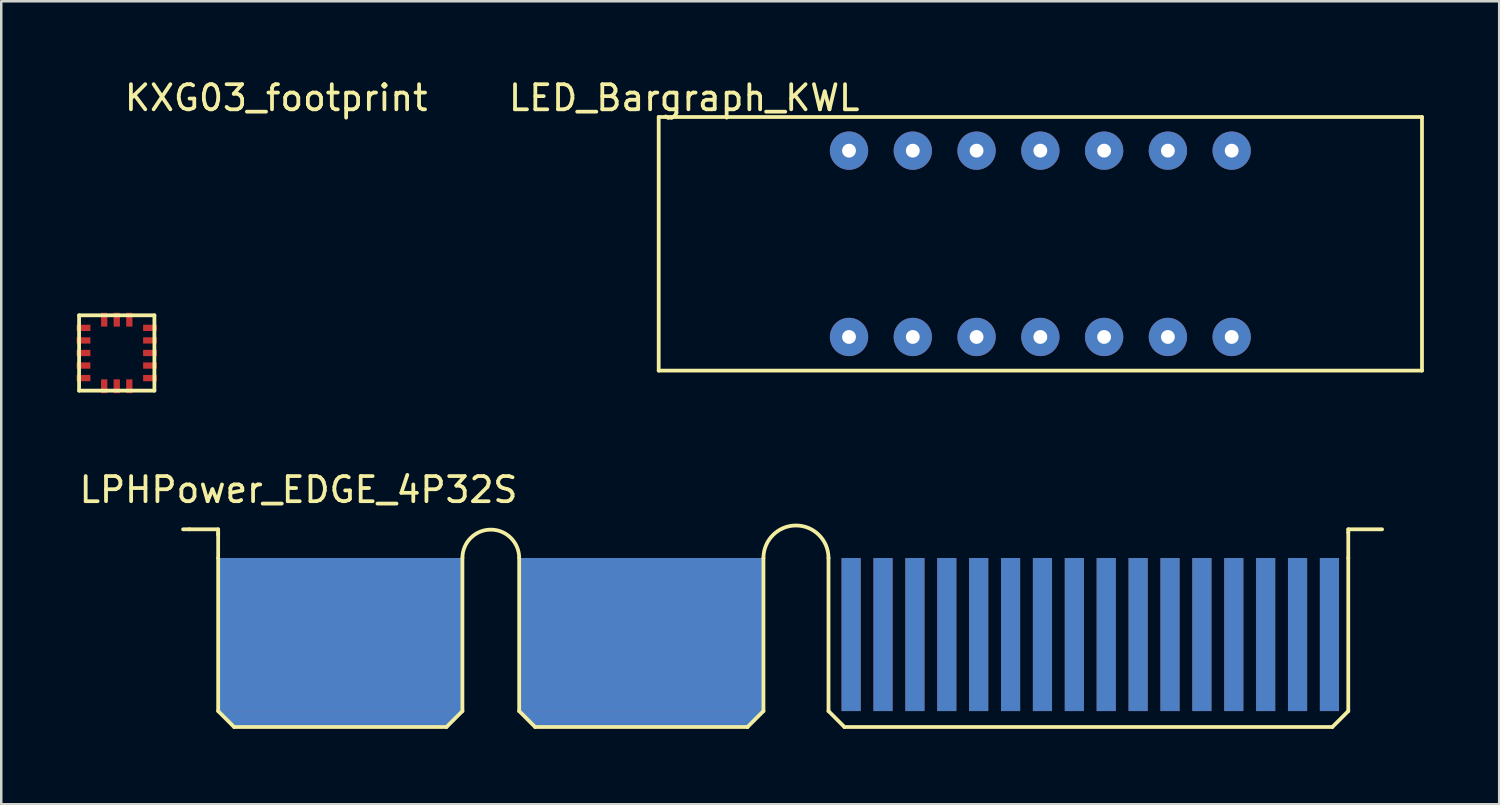
<source format=kicad_pcb>
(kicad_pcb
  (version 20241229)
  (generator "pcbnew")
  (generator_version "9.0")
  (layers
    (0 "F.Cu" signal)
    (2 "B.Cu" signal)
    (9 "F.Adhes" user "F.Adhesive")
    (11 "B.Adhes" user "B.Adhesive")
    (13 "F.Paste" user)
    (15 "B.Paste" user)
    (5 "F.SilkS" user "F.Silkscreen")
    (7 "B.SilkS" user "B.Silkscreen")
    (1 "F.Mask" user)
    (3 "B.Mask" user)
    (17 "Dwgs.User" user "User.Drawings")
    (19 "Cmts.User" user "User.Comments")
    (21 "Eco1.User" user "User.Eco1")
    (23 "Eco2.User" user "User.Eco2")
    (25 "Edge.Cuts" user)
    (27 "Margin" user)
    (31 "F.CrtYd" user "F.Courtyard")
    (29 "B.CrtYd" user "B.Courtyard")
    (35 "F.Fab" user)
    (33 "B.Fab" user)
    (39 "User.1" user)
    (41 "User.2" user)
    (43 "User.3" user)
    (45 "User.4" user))
  (footprint "LED_Bargraph_KWL"
    (layer "F.Cu")
    (at 23.184 1.61)
    (property "Reference" "LED_Bargraph_KWL" (at 1.016 -0.762 0) (layer "F.SilkS") (effects (font (size 1 1) (thickness 0.15))))
    (attr through_hole)
    (fp_line (start 0 0) (end 0 10.1) (stroke (width 0.15) (type solid)) (layer "F.SilkS"))
    (fp_line (start 0 0) (end 30.4 0) (stroke (width 0.15) (type solid)) (layer "F.SilkS"))
    (fp_line (start 0 10.1) (end 30.4 10.1) (stroke (width 0.15) (type solid)) (layer "F.SilkS"))
    (fp_line (start 30.4 0) (end 30.4 10.1) (stroke (width 0.15) (type solid)) (layer "F.SilkS"))
    (pad "1" thru_hole circle (at 7.58 8.76) (size 1.524 1.524) (drill 0.55) (layers "*.Cu" "*.Mask"))
    (pad "2" thru_hole circle (at 10.12 8.76) (size 1.524 1.524) (drill 0.55) (layers "*.Cu" "*.Mask"))
    (pad "3" thru_hole circle (at 12.66 8.76) (size 1.524 1.524) (drill 0.55) (layers "*.Cu" "*.Mask"))
    (pad "4" thru_hole circle (at 15.2 8.76) (size 1.524 1.524) (drill 0.55) (layers "*.Cu" "*.Mask"))
    (pad "5" thru_hole circle (at 17.74 8.76) (size 1.524 1.524) (drill 0.55) (layers "*.Cu" "*.Mask"))
    (pad "6" thru_hole circle (at 20.28 8.76) (size 1.524 1.524) (drill 0.55) (layers "*.Cu" "*.Mask"))
    (pad "7" thru_hole circle (at 22.82 8.76) (size 1.524 1.524) (drill 0.55) (layers "*.Cu" "*.Mask"))
    (pad "8" thru_hole circle (at 22.82 1.34) (size 1.524 1.524) (drill 0.55) (layers "*.Cu" "*.Mask"))
    (pad "9" thru_hole circle (at 20.28 1.34) (size 1.524 1.524) (drill 0.55) (layers "*.Cu" "*.Mask"))
    (pad "10" thru_hole circle (at 17.74 1.34) (size 1.524 1.524) (drill 0.55) (layers "*.Cu" "*.Mask"))
    (pad "11" thru_hole circle (at 15.2 1.34) (size 1.524 1.524) (drill 0.55) (layers "*.Cu" "*.Mask"))
    (pad "12" thru_hole circle (at 12.66 1.34) (size 1.524 1.524) (drill 0.55) (layers "*.Cu" "*.Mask"))
    (pad "13" thru_hole circle (at 10.12 1.34) (size 1.524 1.524) (drill 0.55) (layers "*.Cu" "*.Mask"))
    (pad "14" thru_hole circle (at 7.58 1.34) (size 1.524 1.524) (drill 0.55) (layers "*.Cu" "*.Mask")))
  (footprint "KXG03_footprint"
    (layer "F.Cu")
    (at 1.6 11.008)
    (property "Reference" "KXG03_footprint" (at 6.35 -10.16 0) (layer "F.SilkS") (effects (font (size 1 1) (thickness 0.15))))
    (attr through_hole)
    (fp_line (start -1.5 -1.5) (end -1.5 1.5) (stroke (width 0.15) (type solid)) (layer "F.SilkS"))
    (fp_line (start -1.5 1.5) (end 1.5 1.5) (stroke (width 0.15) (type solid)) (layer "F.SilkS"))
    (fp_line (start 1.5 -1.5) (end -1.5 -1.5) (stroke (width 0.15) (type solid)) (layer "F.SilkS"))
    (fp_line (start 1.5 1.5) (end 1.5 -1.5) (stroke (width 0.15) (type solid)) (layer "F.SilkS"))
    (pad "1" smd rect (at 1.325 -1) (size 0.55 0.25) (layers "F.Cu" "F.Mask" "F.Paste"))
    (pad "2" smd rect (at 1.325 -0.5) (size 0.55 0.25) (layers "F.Cu" "F.Mask" "F.Paste"))
    (pad "3" smd rect (at 1.325 0) (size 0.55 0.25) (layers "F.Cu" "F.Mask" "F.Paste"))
    (pad "4" smd rect (at 1.325 0.5) (size 0.55 0.25) (layers "F.Cu" "F.Mask" "F.Paste"))
    (pad "5" smd rect (at 1.325 1) (size 0.55 0.25) (layers "F.Cu" "F.Mask" "F.Paste"))
    (pad "6" smd rect (at 0.5 1.325) (size 0.25 0.55) (layers "F.Cu" "F.Mask" "F.Paste"))
    (pad "7" smd rect (at 0 1.325) (size 0.25 0.55) (layers "F.Cu" "F.Mask" "F.Paste"))
    (pad "8" smd rect (at -0.5 1.325) (size 0.25 0.55) (layers "F.Cu" "F.Mask" "F.Paste"))
    (pad "9" smd rect (at -1.325 1) (size 0.55 0.25) (layers "F.Cu" "F.Mask" "F.Paste"))
    (pad "10" smd rect (at -1.325 0.5) (size 0.55 0.25) (layers "F.Cu" "F.Mask" "F.Paste"))
    (pad "11" smd rect (at -1.325 0) (size 0.55 0.25) (layers "F.Cu" "F.Mask" "F.Paste"))
    (pad "12" smd rect (at -1.325 -0.5) (size 0.55 0.25) (layers "F.Cu" "F.Mask" "F.Paste"))
    (pad "13" smd rect (at -1.325 -1) (size 0.55 0.25) (layers "F.Cu" "F.Mask" "F.Paste"))
    (pad "14" smd rect (at -0.5 -1.325) (size 0.25 0.55) (layers "F.Cu" "F.Mask" "F.Paste"))
    (pad "15" smd rect (at 0 -1.325) (size 0.25 0.55) (layers "F.Cu" "F.Mask" "F.Paste"))
    (pad "16" smd rect (at 0.5 -1.325) (size 0.25 0.55) (layers "F.Cu" "F.Mask" "F.Paste")))
  (footprint "LPHPower_EDGE_4P32S"
    (layer "F.Cu")
    (at 27.356 19.174)
    (property "Reference" "LPHPower_EDGE_4P32S" (at -18.517 -2.718 0) (layer "F.SilkS") (effects (font (size 1 1) (thickness 0.15))))
    (attr through_hole)
    (fp_line (start -22.86 -1.143) (end -23.114 -1.143) (stroke (width 0.15) (type solid)) (layer "F.SilkS"))
    (fp_line (start -21.717 -1.143) (end -22.86 -1.143) (stroke (width 0.15) (type solid)) (layer "F.SilkS"))
    (fp_line (start -21.717 -1.143) (end -21.717 -0.914) (stroke (width 0.15) (type solid)) (layer "F.SilkS"))
    (fp_line (start -21.717 0) (end -21.717 -1.016) (stroke (width 0.15) (type solid)) (layer "F.SilkS"))
    (fp_line (start -21.717 6.096) (end -21.717 0) (stroke (width 0.15) (type solid)) (layer "F.SilkS"))
    (fp_line (start -21.082 6.731) (end -21.717 6.096) (stroke (width 0.15) (type solid)) (layer "F.SilkS"))
    (fp_line (start -12.624 6.731) (end -21.082 6.731) (stroke (width 0.15) (type solid)) (layer "F.SilkS"))
    (fp_line (start -11.989 0) (end -11.989 6.096) (stroke (width 0.15) (type solid)) (layer "F.SilkS"))
    (fp_line (start -11.989 6.096) (end -12.624 6.731) (stroke (width 0.15) (type solid)) (layer "F.SilkS"))
    (fp_line (start -9.728 6.096) (end -9.728 0) (stroke (width 0.15) (type solid)) (layer "F.SilkS"))
    (fp_line (start -9.093 6.731) (end -9.728 6.096) (stroke (width 0.15) (type solid)) (layer "F.SilkS"))
    (fp_line (start -0.635 6.731) (end -9.093 6.731) (stroke (width 0.15) (type solid)) (layer "F.SilkS"))
    (fp_line (start 0 0) (end 0 6.096) (stroke (width 0.15) (type solid)) (layer "F.SilkS"))
    (fp_line (start 0 6.096) (end -0.635 6.731) (stroke (width 0.15) (type solid)) (layer "F.SilkS"))
    (fp_line (start 2.591 0) (end 2.591 6.096) (stroke (width 0.15) (type solid)) (layer "F.SilkS"))
    (fp_line (start 2.591 6.096) (end 3.226 6.731) (stroke (width 0.15) (type solid)) (layer "F.SilkS"))
    (fp_line (start 22.657 6.731) (end 3.226 6.731) (stroke (width 0.15) (type solid)) (layer "F.SilkS"))
    (fp_line (start 23.292 -1.143) (end 23.292 -1.016) (stroke (width 0.15) (type solid)) (layer "F.SilkS"))
    (fp_line (start 23.292 -1.143) (end 24.638 -1.143) (stroke (width 0.15) (type solid)) (layer "F.SilkS"))
    (fp_line (start 23.292 0) (end 23.292 -1.016) (stroke (width 0.15) (type solid)) (layer "F.SilkS"))
    (fp_line (start 23.292 0) (end 23.292 6.096) (stroke (width 0.15) (type solid)) (layer "F.SilkS"))
    (fp_line (start 23.292 6.096) (end 22.657 6.731) (stroke (width 0.15) (type solid)) (layer "F.SilkS"))
    (fp_arc (start -11.9888 0) (mid -10.8585 -1.1303) (end -9.7282 0) (stroke (width 0.15) (type solid)) (layer "F.SilkS"))
    (fp_arc (start 0 0) (mid 1.2954 -1.2954) (end 2.5908 0) (stroke (width 0.15) (type solid)) (layer "F.SilkS"))
    (pad "1" smd rect (at 22.542 3.048) (size 0.762 6.096) (layers "B.Cu" "B.Mask"))
    (pad "2" smd rect (at 21.272 3.048) (size 0.762 6.096) (layers "B.Cu" "B.Mask"))
    (pad "3" smd rect (at 20.002 3.048) (size 0.762 6.096) (layers "B.Cu" "B.Mask"))
    (pad "4" smd rect (at 18.732 3.048) (size 0.762 6.096) (layers "B.Cu" "B.Mask"))
    (pad "5" smd rect (at 17.462 3.048) (size 0.762 6.096) (layers "B.Cu" "B.Mask"))
    (pad "6" smd rect (at 16.192 3.048) (size 0.762 6.096) (layers "B.Cu" "B.Mask"))
    (pad "7" smd rect (at 14.922 3.048) (size 0.762 6.096) (layers "B.Cu" "B.Mask"))
    (pad "8" smd rect (at 13.652 3.048) (size 0.762 6.096) (layers "B.Cu" "B.Mask"))
    (pad "9" smd rect (at 12.382 3.048) (size 0.762 6.096) (layers "B.Cu" "B.Mask"))
    (pad "10" smd rect (at 11.112 3.048) (size 0.762 6.096) (layers "B.Cu" "B.Mask"))
    (pad "11" smd rect (at 9.842 3.048) (size 0.762 6.096) (layers "B.Cu" "B.Mask"))
    (pad "12" smd rect (at 8.572 3.048) (size 0.762 6.096) (layers "B.Cu" "B.Mask"))
    (pad "13" smd rect (at 7.302 3.048) (size 0.762 6.096) (layers "B.Cu" "B.Mask"))
    (pad "14" smd rect (at 6.032 3.048) (size 0.762 6.096) (layers "B.Cu" "B.Mask"))
    (pad "15" smd rect (at 4.762 3.048) (size 0.762 6.096) (layers "B.Cu" "B.Mask"))
    (pad "16" smd rect (at 3.492 3.048) (size 0.762 6.096) (layers "B.Cu" "B.Mask"))
    (pad "17" smd rect (at 22.542 3.048) (size 0.762 6.096) (layers "F.Cu" "F.Mask"))
    (pad "18" smd rect (at 21.272 3.048) (size 0.762 6.096) (layers "F.Cu" "F.Mask"))
    (pad "19" smd rect (at 20.002 3.048) (size 0.762 6.096) (layers "F.Cu" "F.Mask"))
    (pad "20" smd rect (at 18.732 3.048) (size 0.762 6.096) (layers "F.Cu" "F.Mask"))
    (pad "21" smd rect (at 17.462 3.048) (size 0.762 6.096) (layers "F.Cu" "F.Mask"))
    (pad "22" smd rect (at 16.192 3.048) (size 0.762 6.096) (layers "F.Cu" "F.Mask"))
    (pad "23" smd rect (at 14.922 3.048) (size 0.762 6.096) (layers "F.Cu" "F.Mask"))
    (pad "24" smd rect (at 13.652 3.048) (size 0.762 6.096) (layers "F.Cu" "F.Mask"))
    (pad "25" smd rect (at 12.382 3.048) (size 0.762 6.096) (layers "F.Cu" "F.Mask"))
    (pad "26" smd rect (at 11.112 3.048) (size 0.762 6.096) (layers "F.Cu" "F.Mask"))
    (pad "27" smd rect (at 9.842 3.048) (size 0.762 6.096) (layers "F.Cu" "F.Mask"))
    (pad "28" smd rect (at 8.572 3.048) (size 0.762 6.096) (layers "F.Cu" "F.Mask"))
    (pad "29" smd rect (at 7.302 3.048) (size 0.762 6.096) (layers "F.Cu" "F.Mask"))
    (pad "30" smd rect (at 6.032 3.048) (size 0.762 6.096) (layers "F.Cu" "F.Mask"))
    (pad "31" smd rect (at 4.762 3.048) (size 0.762 6.096) (layers "F.Cu" "F.Mask"))
    (pad "32" smd rect (at 3.492 3.048) (size 0.762 6.096) (layers "F.Cu" "F.Mask"))
    (pad "33" connect rect (at -4.864 3.048) (size 9.728 6.096) (layers "B.Cu" "B.Mask"))
    (pad "33" connect trapezoid (at -4.864 6.413 180) (size 9.093 0.635) (rect_delta 0 0.635) (layers "B.Cu" "B.Mask"))
    (pad "34" connect rect (at -16.853 3.048) (size 9.728 6.096) (layers "B.Cu" "B.Mask"))
    (pad "34" connect trapezoid (at -16.853 6.413 180) (size 9.093 0.635) (rect_delta 0 0.635) (layers "B.Cu" "B.Mask"))
    (pad "35" connect rect (at -4.864 3.048) (size 9.728 6.096) (layers "F.Cu" "F.Mask"))
    (pad "35" connect trapezoid (at -4.864 6.413) (size 9.093 0.635) (rect_delta 0 -0.635) (layers "F.Cu" "F.Mask"))
    (pad "36" connect rect (at -16.853 3.048) (size 9.728 6.096) (layers "F.Cu" "F.Mask"))
    (pad "36" connect trapezoid (at -16.853 6.413) (size 9.093 0.635) (rect_delta 0 -0.635) (layers "F.Cu" "F.Mask")))
  (gr_rect
    (start -3 -3)
    (end 56.659 28.98)
    (stroke (width 0.1) (type default))
    (fill no)
    (layer "Edge.Cuts")))
</source>
